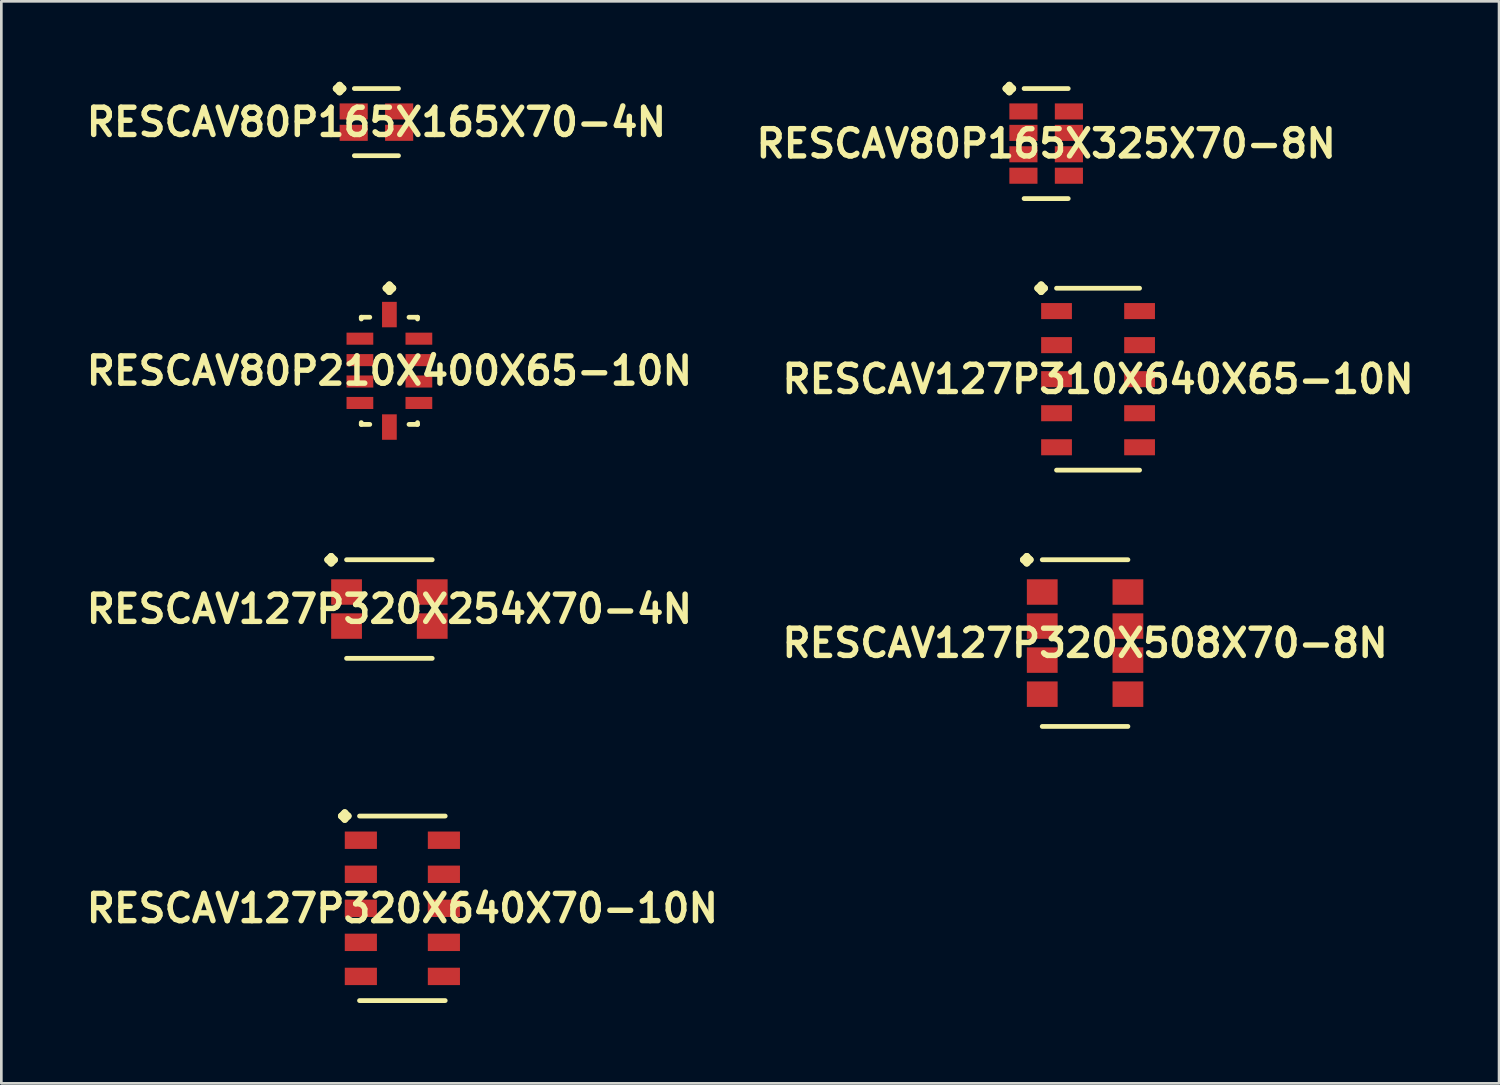
<source format=kicad_pcb>
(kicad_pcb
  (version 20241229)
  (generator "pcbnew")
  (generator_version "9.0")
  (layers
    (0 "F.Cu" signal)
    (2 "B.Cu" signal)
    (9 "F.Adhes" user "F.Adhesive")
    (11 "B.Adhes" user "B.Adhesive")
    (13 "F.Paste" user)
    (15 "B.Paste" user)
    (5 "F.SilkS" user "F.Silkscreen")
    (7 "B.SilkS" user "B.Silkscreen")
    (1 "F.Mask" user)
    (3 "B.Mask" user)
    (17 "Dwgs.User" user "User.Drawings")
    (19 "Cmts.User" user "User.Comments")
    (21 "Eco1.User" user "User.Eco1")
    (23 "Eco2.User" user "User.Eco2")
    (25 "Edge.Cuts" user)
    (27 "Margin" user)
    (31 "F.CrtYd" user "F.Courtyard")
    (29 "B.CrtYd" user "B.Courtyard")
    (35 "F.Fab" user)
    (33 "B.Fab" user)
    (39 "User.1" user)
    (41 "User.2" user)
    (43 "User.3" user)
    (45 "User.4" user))
  (footprint "RESCAV80P165X165X70-4N"
    (layer "F.Cu")
    (at 10.992 1.506)
    (property "Reference" "RESCAV80P165X165X70-4N" (at 0 0 0) (layer "F.SilkS") (effects (font (size 1.016 1.016) (thickness 0.203))))
    (attr smd)
    (fp_line (start -1.501 -1.252) (end -1.374 -1.379) (stroke (width 0.254) (type solid)) (layer "F.SilkS"))
    (fp_line (start -1.374 -1.379) (end -1.247 -1.252) (stroke (width 0.254) (type solid)) (layer "F.SilkS"))
    (fp_line (start -1.374 -1.125) (end -1.501 -1.252) (stroke (width 0.254) (type solid)) (layer "F.SilkS"))
    (fp_line (start -1.247 -1.252) (end -1.374 -1.125) (stroke (width 0.254) (type solid)) (layer "F.SilkS"))
    (fp_line (start -0.823 -1.252) (end 0.823 -1.252) (stroke (width 0.178) (type solid)) (layer "F.SilkS"))
    (fp_line (start -0.823 1.252) (end 0.823 1.252) (stroke (width 0.178) (type solid)) (layer "F.SilkS"))
    (pad "1" smd rect (at -0.848 -0.399) (size 1.049 0.599) (layers "F.Cu" "F.Mask" "F.Paste"))
    (pad "2" smd rect (at -0.848 0.399) (size 1.049 0.599) (layers "F.Cu" "F.Mask" "F.Paste"))
    (pad "3" smd rect (at 0.848 0.399) (size 1.049 0.599) (layers "F.Cu" "F.Mask" "F.Paste"))
    (pad "4" smd rect (at 0.848 -0.399) (size 1.049 0.599) (layers "F.Cu" "F.Mask" "F.Paste")))
  (footprint "RESCAV127P320X508X70-8N"
    (layer "F.Cu")
    (at 37.428 20.94)
    (property "Reference" "RESCAV127P320X508X70-8N" (at 0 0 0) (layer "F.SilkS") (effects (font (size 1.016 1.016) (thickness 0.203))))
    (attr smd)
    (fp_line (start -2.301 -3.109) (end -2.174 -3.236) (stroke (width 0.254) (type solid)) (layer "F.SilkS"))
    (fp_line (start -2.174 -3.236) (end -2.047 -3.109) (stroke (width 0.254) (type solid)) (layer "F.SilkS"))
    (fp_line (start -2.174 -2.982) (end -2.301 -3.109) (stroke (width 0.254) (type solid)) (layer "F.SilkS"))
    (fp_line (start -2.047 -3.109) (end -2.174 -2.982) (stroke (width 0.254) (type solid)) (layer "F.SilkS"))
    (fp_line (start -1.598 -3.109) (end 1.598 -3.109) (stroke (width 0.178) (type solid)) (layer "F.SilkS"))
    (fp_line (start -1.598 3.109) (end 1.598 3.109) (stroke (width 0.178) (type solid)) (layer "F.SilkS"))
    (pad "1" smd rect (at -1.598 -1.905) (size 1.148 0.95) (layers "F.Cu" "F.Mask" "F.Paste"))
    (pad "2" smd rect (at -1.598 -0.635) (size 1.148 0.95) (layers "F.Cu" "F.Mask" "F.Paste"))
    (pad "3" smd rect (at -1.598 0.635) (size 1.148 0.95) (layers "F.Cu" "F.Mask" "F.Paste"))
    (pad "4" smd rect (at -1.598 1.905) (size 1.148 0.95) (layers "F.Cu" "F.Mask" "F.Paste"))
    (pad "5" smd rect (at 1.598 1.905) (size 1.148 0.95) (layers "F.Cu" "F.Mask" "F.Paste"))
    (pad "6" smd rect (at 1.598 0.635) (size 1.148 0.95) (layers "F.Cu" "F.Mask" "F.Paste"))
    (pad "7" smd rect (at 1.598 -0.635) (size 1.148 0.95) (layers "F.Cu" "F.Mask" "F.Paste"))
    (pad "8" smd rect (at 1.598 -1.905) (size 1.148 0.95) (layers "F.Cu" "F.Mask" "F.Paste")))
  (footprint "RESCAV127P320X254X70-4N"
    (layer "F.Cu")
    (at 11.476 19.67)
    (property "Reference" "RESCAV127P320X254X70-4N" (at 0 0 0) (layer "F.SilkS") (effects (font (size 1.016 1.016) (thickness 0.203))))
    (attr smd)
    (fp_line (start -2.301 -1.839) (end -2.174 -1.966) (stroke (width 0.254) (type solid)) (layer "F.SilkS"))
    (fp_line (start -2.174 -1.966) (end -2.047 -1.839) (stroke (width 0.254) (type solid)) (layer "F.SilkS"))
    (fp_line (start -2.174 -1.712) (end -2.301 -1.839) (stroke (width 0.254) (type solid)) (layer "F.SilkS"))
    (fp_line (start -2.047 -1.839) (end -2.174 -1.712) (stroke (width 0.254) (type solid)) (layer "F.SilkS"))
    (fp_line (start -1.598 -1.839) (end 1.598 -1.839) (stroke (width 0.178) (type solid)) (layer "F.SilkS"))
    (fp_line (start -1.598 1.839) (end 1.598 1.839) (stroke (width 0.178) (type solid)) (layer "F.SilkS"))
    (pad "1" smd rect (at -1.598 -0.635) (size 1.148 0.95) (layers "F.Cu" "F.Mask" "F.Paste"))
    (pad "2" smd rect (at -1.598 0.635) (size 1.148 0.95) (layers "F.Cu" "F.Mask" "F.Paste"))
    (pad "3" smd rect (at 1.598 0.635) (size 1.148 0.95) (layers "F.Cu" "F.Mask" "F.Paste"))
    (pad "4" smd rect (at 1.598 -0.635) (size 1.148 0.95) (layers "F.Cu" "F.Mask" "F.Paste")))
  (footprint "RESCAV80P165X325X70-8N"
    (layer "F.Cu")
    (at 35.976 2.306)
    (property "Reference" "RESCAV80P165X325X70-8N" (at 0 0 0) (layer "F.SilkS") (effects (font (size 1.016 1.016) (thickness 0.203))))
    (attr smd)
    (fp_line (start -1.501 -2.052) (end -1.374 -2.179) (stroke (width 0.254) (type solid)) (layer "F.SilkS"))
    (fp_line (start -1.374 -2.179) (end -1.247 -2.052) (stroke (width 0.254) (type solid)) (layer "F.SilkS"))
    (fp_line (start -1.374 -1.925) (end -1.501 -2.052) (stroke (width 0.254) (type solid)) (layer "F.SilkS"))
    (fp_line (start -1.247 -2.052) (end -1.374 -1.925) (stroke (width 0.254) (type solid)) (layer "F.SilkS"))
    (fp_line (start -0.823 -2.052) (end 0.823 -2.052) (stroke (width 0.178) (type solid)) (layer "F.SilkS"))
    (fp_line (start -0.823 2.052) (end 0.823 2.052) (stroke (width 0.178) (type solid)) (layer "F.SilkS"))
    (pad "1" smd rect (at -0.848 -1.199) (size 1.049 0.599) (layers "F.Cu" "F.Mask" "F.Paste"))
    (pad "2" smd rect (at -0.848 -0.399) (size 1.049 0.599) (layers "F.Cu" "F.Mask" "F.Paste"))
    (pad "3" smd rect (at -0.848 0.399) (size 1.049 0.599) (layers "F.Cu" "F.Mask" "F.Paste"))
    (pad "4" smd rect (at -0.848 1.199) (size 1.049 0.599) (layers "F.Cu" "F.Mask" "F.Paste"))
    (pad "5" smd rect (at 0.848 1.199) (size 1.049 0.599) (layers "F.Cu" "F.Mask" "F.Paste"))
    (pad "6" smd rect (at 0.848 0.399) (size 1.049 0.599) (layers "F.Cu" "F.Mask" "F.Paste"))
    (pad "7" smd rect (at 0.848 -0.399) (size 1.049 0.599) (layers "F.Cu" "F.Mask" "F.Paste"))
    (pad "8" smd rect (at 0.848 -1.199) (size 1.049 0.599) (layers "F.Cu" "F.Mask" "F.Paste")))
  (footprint "RESCAV127P310X640X65-10N"
    (layer "F.Cu")
    (at 37.912 11.095)
    (property "Reference" "RESCAV127P310X640X65-10N" (at 0 0 0) (layer "F.SilkS") (effects (font (size 1.016 1.016) (thickness 0.203))))
    (attr smd)
    (fp_line (start -2.25 -3.393) (end -2.123 -3.52) (stroke (width 0.254) (type solid)) (layer "F.SilkS"))
    (fp_line (start -2.123 -3.52) (end -1.996 -3.393) (stroke (width 0.254) (type solid)) (layer "F.SilkS"))
    (fp_line (start -2.123 -3.266) (end -2.25 -3.393) (stroke (width 0.254) (type solid)) (layer "F.SilkS"))
    (fp_line (start -1.996 -3.393) (end -2.123 -3.266) (stroke (width 0.254) (type solid)) (layer "F.SilkS"))
    (fp_line (start -1.549 -3.393) (end 1.549 -3.393) (stroke (width 0.178) (type solid)) (layer "F.SilkS"))
    (fp_line (start -1.549 3.393) (end 1.549 3.393) (stroke (width 0.178) (type solid)) (layer "F.SilkS"))
    (pad "1" smd rect (at -1.549 -2.54) (size 1.148 0.599) (layers "F.Cu" "F.Mask" "F.Paste"))
    (pad "2" smd rect (at -1.549 -1.27) (size 1.148 0.599) (layers "F.Cu" "F.Mask" "F.Paste"))
    (pad "3" smd rect (at -1.549 0) (size 1.148 0.599) (layers "F.Cu" "F.Mask" "F.Paste"))
    (pad "4" smd rect (at -1.549 1.27) (size 1.148 0.599) (layers "F.Cu" "F.Mask" "F.Paste"))
    (pad "5" smd rect (at -1.549 2.54) (size 1.148 0.599) (layers "F.Cu" "F.Mask" "F.Paste"))
    (pad "6" smd rect (at 1.549 2.54) (size 1.148 0.599) (layers "F.Cu" "F.Mask" "F.Paste"))
    (pad "7" smd rect (at 1.549 1.27) (size 1.148 0.599) (layers "F.Cu" "F.Mask" "F.Paste"))
    (pad "8" smd rect (at 1.549 0) (size 1.148 0.599) (layers "F.Cu" "F.Mask" "F.Paste"))
    (pad "9" smd rect (at 1.549 -1.27) (size 1.148 0.599) (layers "F.Cu" "F.Mask" "F.Paste"))
    (pad "10" smd rect (at 1.549 -2.54) (size 1.148 0.599) (layers "F.Cu" "F.Mask" "F.Paste")))
  (footprint "RESCAV80P210X400X65-10N"
    (layer "F.Cu")
    (at 11.476 10.783)
    (property "Reference" "RESCAV80P210X400X65-10N" (at 0 0 0) (layer "F.SilkS") (effects (font (size 1.016 1.016) (thickness 0.203))))
    (attr smd)
    (fp_line (start -1.049 -1.999) (end -0.732 -1.999) (stroke (width 0.178) (type solid)) (layer "F.SilkS"))
    (fp_line (start -1.049 -1.933) (end -1.049 -1.999) (stroke (width 0.178) (type solid)) (layer "F.SilkS"))
    (fp_line (start -1.049 1.933) (end -1.049 1.999) (stroke (width 0.178) (type solid)) (layer "F.SilkS"))
    (fp_line (start -1.049 1.999) (end -0.732 1.999) (stroke (width 0.178) (type solid)) (layer "F.SilkS"))
    (fp_line (start -0.127 -3.081) (end 0 -3.208) (stroke (width 0.254) (type solid)) (layer "F.SilkS"))
    (fp_line (start 0 -3.208) (end 0.127 -3.081) (stroke (width 0.254) (type solid)) (layer "F.SilkS"))
    (fp_line (start 0 -2.954) (end -0.127 -3.081) (stroke (width 0.254) (type solid)) (layer "F.SilkS"))
    (fp_line (start 0.127 -3.081) (end 0 -2.954) (stroke (width 0.254) (type solid)) (layer "F.SilkS"))
    (fp_line (start 1.049 -1.999) (end 0.732 -1.999) (stroke (width 0.178) (type solid)) (layer "F.SilkS"))
    (fp_line (start 1.049 -1.933) (end 1.049 -1.999) (stroke (width 0.178) (type solid)) (layer "F.SilkS"))
    (fp_line (start 1.049 1.933) (end 1.049 1.999) (stroke (width 0.178) (type solid)) (layer "F.SilkS"))
    (fp_line (start 1.049 1.999) (end 0.732 1.999) (stroke (width 0.178) (type solid)) (layer "F.SilkS"))
    (pad "1" smd rect (at 0 -2.098) (size 0.549 0.95) (layers "F.Cu" "F.Mask" "F.Paste"))
    (pad "2" smd rect (at -1.1 -1.199) (size 0.998 0.45) (layers "F.Cu" "F.Mask" "F.Paste"))
    (pad "3" smd rect (at -1.1 -0.399) (size 0.998 0.45) (layers "F.Cu" "F.Mask" "F.Paste"))
    (pad "4" smd rect (at -1.1 0.399) (size 0.998 0.45) (layers "F.Cu" "F.Mask" "F.Paste"))
    (pad "5" smd rect (at -1.1 1.199) (size 0.998 0.45) (layers "F.Cu" "F.Mask" "F.Paste"))
    (pad "6" smd rect (at 0 2.098) (size 0.549 0.95) (layers "F.Cu" "F.Mask" "F.Paste"))
    (pad "7" smd rect (at 1.1 1.199) (size 0.998 0.45) (layers "F.Cu" "F.Mask" "F.Paste"))
    (pad "8" smd rect (at 1.1 0.399) (size 0.998 0.45) (layers "F.Cu" "F.Mask" "F.Paste"))
    (pad "9" smd rect (at 1.1 -0.399) (size 0.998 0.45) (layers "F.Cu" "F.Mask" "F.Paste"))
    (pad "10" smd rect (at 1.1 -1.199) (size 0.998 0.45) (layers "F.Cu" "F.Mask" "F.Paste")))
  (footprint "RESCAV127P320X640X70-10N"
    (layer "F.Cu")
    (at 11.96 30.834)
    (property "Reference" "RESCAV127P320X640X70-10N" (at 0 0 0) (layer "F.SilkS") (effects (font (size 1.016 1.016) (thickness 0.203))))
    (attr smd)
    (fp_line (start -2.276 -3.442) (end -2.149 -3.569) (stroke (width 0.254) (type solid)) (layer "F.SilkS"))
    (fp_line (start -2.149 -3.569) (end -2.022 -3.442) (stroke (width 0.254) (type solid)) (layer "F.SilkS"))
    (fp_line (start -2.149 -3.315) (end -2.276 -3.442) (stroke (width 0.254) (type solid)) (layer "F.SilkS"))
    (fp_line (start -2.022 -3.442) (end -2.149 -3.315) (stroke (width 0.254) (type solid)) (layer "F.SilkS"))
    (fp_line (start -1.598 -3.442) (end 1.598 -3.442) (stroke (width 0.178) (type solid)) (layer "F.SilkS"))
    (fp_line (start -1.598 3.442) (end 1.598 3.442) (stroke (width 0.178) (type solid)) (layer "F.SilkS"))
    (pad "1" smd rect (at -1.549 -2.54) (size 1.199 0.648) (layers "F.Cu" "F.Mask" "F.Paste"))
    (pad "2" smd rect (at -1.549 -1.27) (size 1.199 0.648) (layers "F.Cu" "F.Mask" "F.Paste"))
    (pad "3" smd rect (at -1.549 0) (size 1.199 0.648) (layers "F.Cu" "F.Mask" "F.Paste"))
    (pad "4" smd rect (at -1.549 1.27) (size 1.199 0.648) (layers "F.Cu" "F.Mask" "F.Paste"))
    (pad "5" smd rect (at -1.549 2.54) (size 1.199 0.648) (layers "F.Cu" "F.Mask" "F.Paste"))
    (pad "6" smd rect (at 1.549 2.54) (size 1.199 0.648) (layers "F.Cu" "F.Mask" "F.Paste"))
    (pad "7" smd rect (at 1.549 1.27) (size 1.199 0.648) (layers "F.Cu" "F.Mask" "F.Paste"))
    (pad "8" smd rect (at 1.549 0) (size 1.199 0.648) (layers "F.Cu" "F.Mask" "F.Paste"))
    (pad "9" smd rect (at 1.549 -1.27) (size 1.199 0.648) (layers "F.Cu" "F.Mask" "F.Paste"))
    (pad "10" smd rect (at 1.549 -2.54) (size 1.199 0.648) (layers "F.Cu" "F.Mask" "F.Paste")))
  (gr_rect
    (start -3 -3)
    (end 52.871 37.364)
    (stroke (width 0.1) (type default))
    (fill no)
    (layer "Edge.Cuts")))
</source>
